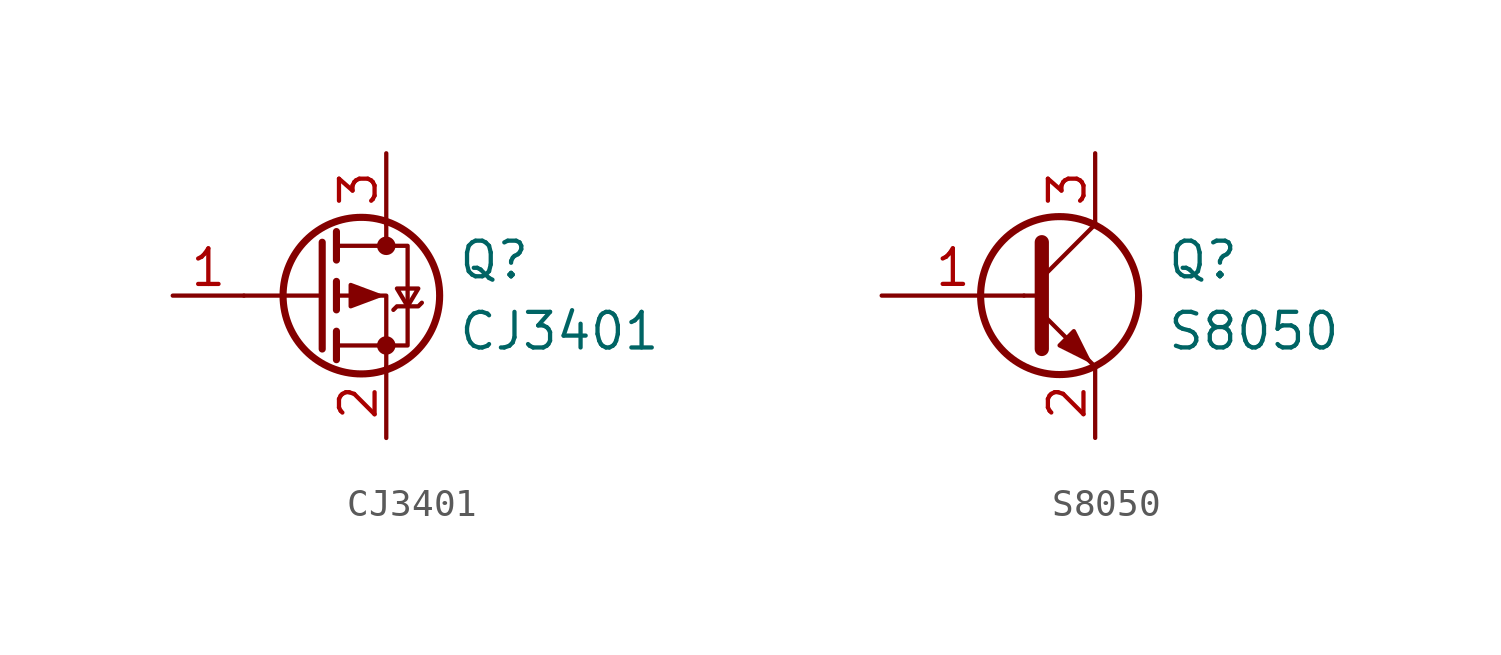
<source format=kicad_sym>
(kicad_symbol_lib
  (version 20211014)
  (generator kicad_symbol_editor)
  (symbol "MY_Transister:CJ3401"
    (pin_names
      (offset 0) hide)
    (property "Reference" "Q"
      (at 5.08 1.27 0)
      (effects (font (size 1.27 1.27)) (justify left)))
    (property "Value" "CJ3401"
      (at 5.08 -1.27 0)
      (effects (font (size 1.27 1.27)) (justify left)))
    (symbol "CJ3401_0_1"
      (polyline (pts (xy 0.254 0) (xy -2.54 0)) (stroke (width 0) (type default) (color 0 0 0 0)) (fill (type none)))
      (polyline (pts (xy 0.254 1.905) (xy 0.254 -1.905)) (stroke (width 0.254) (type default) (color 0 0 0 0)) (fill (type none)))
      (polyline (pts (xy 0.762 -1.27) (xy 0.762 -2.286)) (stroke (width 0.254) (type default) (color 0 0 0 0)) (fill (type none)))
      (polyline (pts (xy 0.762 0.508) (xy 0.762 -0.508)) (stroke (width 0.254) (type default) (color 0 0 0 0)) (fill (type none)))
      (polyline (pts (xy 0.762 2.286) (xy 0.762 1.27)) (stroke (width 0.254) (type default) (color 0 0 0 0)) (fill (type none)))
      (polyline (pts (xy 2.54 2.54) (xy 2.54 1.778)) (stroke (width 0) (type default) (color 0 0 0 0)) (fill (type none)))
      (polyline (pts (xy 2.54 -2.54) (xy 2.54 0) (xy 0.762 0)) (stroke (width 0) (type default) (color 0 0 0 0)) (fill (type none)))
      (polyline (pts (xy 0.762 1.778) (xy 3.302 1.778) (xy 3.302 -1.778) (xy 0.762 -1.778)) (stroke (width 0) (type default) (color 0 0 0 0)) (fill (type none)))
      (polyline (pts (xy 2.286 0) (xy 1.27 0.381) (xy 1.27 -0.381) (xy 2.286 0)) (stroke (width 0) (type default) (color 0 0 0 0)) (fill (type outline)))
      (polyline (pts (xy 2.794 -0.508) (xy 2.921 -0.381) (xy 3.683 -0.381) (xy 3.81 -0.254)) (stroke (width 0) (type default) (color 0 0 0 0)) (fill (type none)))
      (polyline (pts (xy 3.302 -0.381) (xy 2.921 0.254) (xy 3.683 0.254) (xy 3.302 -0.381)) (stroke (width 0) (type default) (color 0 0 0 0)) (fill (type none)))
      (circle (center 1.651 0) (radius 2.794) (stroke (width 0.254)) (stroke (width 0.254) (type default) (color 0 0 0 0)) (fill (type none)))
      (circle (center 2.54 -1.778) (radius 0.254) (stroke (width 0)) (stroke (width 0) (type default) (color 0 0 0 0)) (fill (type outline)))
      (circle (center 2.54 1.778) (radius 0.254) (stroke (width 0)) (stroke (width 0) (type default) (color 0 0 0 0)) (fill (type outline))))
    (symbol "CJ3401_1_1"
      (pin input line (at -5.08 0 0) (length 2.54) (name "G" (effects (font (size 1.27 1.27)))) (number "1" (effects (font (size 1.27 1.27)))))
      (pin passive line (at 2.54 -5.08 90) (length 2.54) (name "S" (effects (font (size 1.27 1.27)))) (number "2" (effects (font (size 1.27 1.27)))))
      (pin passive line (at 2.54 5.08 270) (length 2.54) (name "D" (effects (font (size 1.27 1.27)))) (number "3" (effects (font (size 1.27 1.27)))))))
  (symbol "MY_Transister:S8050"
    (pin_names
      (offset 0) hide)
    (property "Reference" "Q"
      (at 5.08 1.27 0)
      (effects (font (size 1.27 1.27)) (justify left)))
    (property "Value" "S8050"
      (at 5.08 -1.27 0)
      (effects (font (size 1.27 1.27)) (justify left)))
    (symbol "S8050_0_1"
      (polyline (pts (xy 0 0) (xy 0.635 0)) (stroke (width 0) (type default) (color 0 0 0 0)) (fill (type none)))
      (polyline (pts (xy 0.635 0.635) (xy 2.54 2.54)) (stroke (width 0) (type default) (color 0 0 0 0)) (fill (type none)))
      (polyline (pts (xy 0.635 -0.635) (xy 2.54 -2.54) (xy 2.54 -2.54)) (stroke (width 0) (type default) (color 0 0 0 0)) (fill (type none)))
      (polyline (pts (xy 0.635 1.905) (xy 0.635 -1.905) (xy 0.635 -1.905)) (stroke (width 0.508) (type default) (color 0 0 0 0)) (fill (type none)))
      (polyline (pts (xy 1.27 -1.778) (xy 1.778 -1.27) (xy 2.286 -2.286) (xy 1.27 -1.778) (xy 1.27 -1.778)) (stroke (width 0) (type default) (color 0 0 0 0)) (fill (type outline)))
      (circle (center 1.27 0) (radius 2.819) (stroke (width 0.254)) (stroke (width 0.254) (type default) (color 0 0 0 0)) (fill (type none))))
    (symbol "S8050_1_1"
      (pin input line (at -5.08 0 0) (length 5.08) (name "B" (effects (font (size 1.27 1.27)))) (number "1" (effects (font (size 1.27 1.27)))))
      (pin passive line (at 2.54 -5.08 90) (length 2.54) (name "E" (effects (font (size 1.27 1.27)))) (number "2" (effects (font (size 1.27 1.27)))))
      (pin passive line (at 2.54 5.08 270) (length 2.54) (name "C" (effects (font (size 1.27 1.27)))) (number "3" (effects (font (size 1.27 1.27))))))))
</source>
